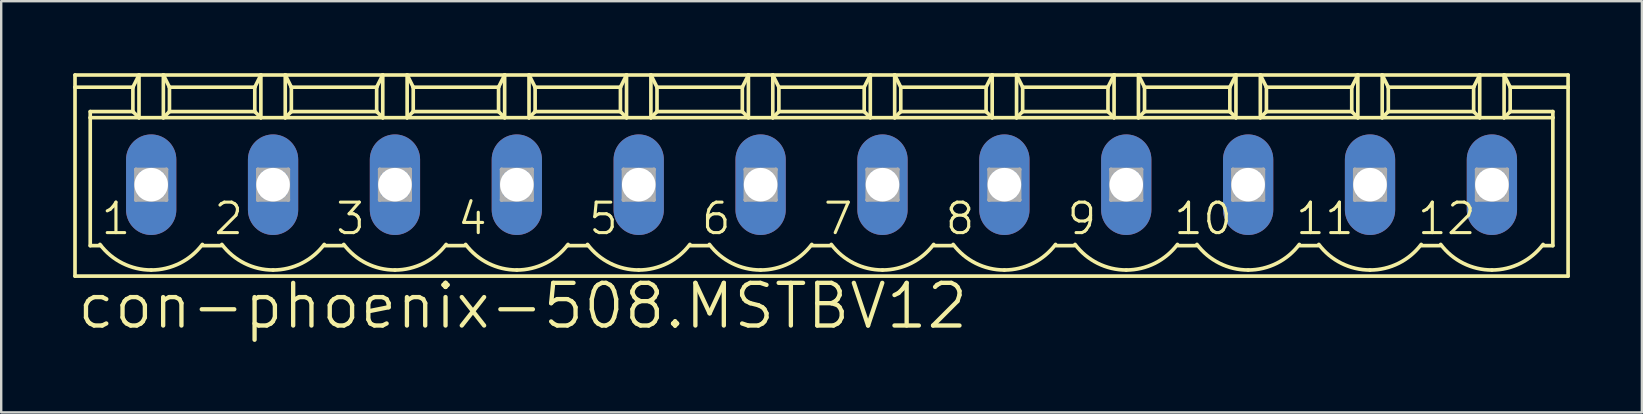
<source format=kicad_pcb>
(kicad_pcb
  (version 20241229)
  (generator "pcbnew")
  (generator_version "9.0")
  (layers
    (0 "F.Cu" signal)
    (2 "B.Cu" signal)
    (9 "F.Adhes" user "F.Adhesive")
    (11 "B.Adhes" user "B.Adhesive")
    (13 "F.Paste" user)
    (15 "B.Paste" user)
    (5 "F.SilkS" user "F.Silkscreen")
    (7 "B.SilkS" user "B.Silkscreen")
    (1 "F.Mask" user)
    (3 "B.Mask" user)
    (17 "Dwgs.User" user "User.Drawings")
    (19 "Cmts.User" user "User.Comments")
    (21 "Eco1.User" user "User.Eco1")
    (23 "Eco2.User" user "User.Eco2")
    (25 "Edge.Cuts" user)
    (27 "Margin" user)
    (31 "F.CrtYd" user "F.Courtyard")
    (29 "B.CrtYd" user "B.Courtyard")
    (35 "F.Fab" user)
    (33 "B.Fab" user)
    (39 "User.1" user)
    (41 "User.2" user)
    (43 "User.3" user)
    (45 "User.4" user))
  (footprint "con-phoenix-508.MSTBV12"
    (layer "F.Cu")
    (at 31.191 4.648)
    (property "Reference" "con-phoenix-508.MSTBV12" (at -31.115 6.096 0) (layer "F.SilkS") (effects (font (size 1.778 1.778) (thickness 0.18)) (justify left bottom)))
    (attr through_hole)
    (fp_line (start -31.115 -4.572) (end -31.115 -4.064) (stroke (width 0.152) (type default)) (layer "F.SilkS"))
    (fp_line (start -31.115 -4.572) (end -28.448 -4.572) (stroke (width 0.152) (type default)) (layer "F.SilkS"))
    (fp_line (start -31.115 -4.064) (end -31.115 3.81) (stroke (width 0.152) (type default)) (layer "F.SilkS"))
    (fp_line (start -31.115 -4.064) (end -28.702 -4.064) (stroke (width 0.152) (type default)) (layer "F.SilkS"))
    (fp_line (start -31.115 3.81) (end 31.115 3.81) (stroke (width 0.152) (type default)) (layer "F.SilkS"))
    (fp_line (start -30.48 -2.794) (end -30.48 -3.048) (stroke (width 0.152) (type default)) (layer "F.SilkS"))
    (fp_line (start -30.48 -2.794) (end -28.448 -2.794) (stroke (width 0.152) (type default)) (layer "F.SilkS"))
    (fp_line (start -30.48 2.54) (end -30.48 -2.794) (stroke (width 0.152) (type default)) (layer "F.SilkS"))
    (fp_line (start -30.48 2.54) (end -30.048 2.54) (stroke (width 0.152) (type default)) (layer "F.SilkS"))
    (fp_line (start -28.702 -4.064) (end -28.702 -3.048) (stroke (width 0.152) (type default)) (layer "F.SilkS"))
    (fp_line (start -28.702 -4.064) (end -28.448 -4.572) (stroke (width 0.152) (type default)) (layer "F.SilkS"))
    (fp_line (start -28.702 -3.048) (end -30.48 -3.048) (stroke (width 0.152) (type default)) (layer "F.SilkS"))
    (fp_line (start -28.702 -3.048) (end -28.448 -2.794) (stroke (width 0.152) (type default)) (layer "F.SilkS"))
    (fp_line (start -28.448 -4.572) (end -27.432 -4.572) (stroke (width 0.152) (type default)) (layer "F.SilkS"))
    (fp_line (start -28.448 -2.794) (end -28.448 -4.572) (stroke (width 0.152) (type default)) (layer "F.SilkS"))
    (fp_line (start -28.448 -2.794) (end -27.432 -2.794) (stroke (width 0.152) (type default)) (layer "F.SilkS"))
    (fp_line (start -27.432 -4.572) (end -27.178 -4.064) (stroke (width 0.152) (type default)) (layer "F.SilkS"))
    (fp_line (start -27.432 -4.572) (end -23.368 -4.572) (stroke (width 0.152) (type default)) (layer "F.SilkS"))
    (fp_line (start -27.432 -2.794) (end -27.432 -4.572) (stroke (width 0.152) (type default)) (layer "F.SilkS"))
    (fp_line (start -27.432 -2.794) (end -23.368 -2.794) (stroke (width 0.152) (type default)) (layer "F.SilkS"))
    (fp_line (start -27.178 -4.064) (end -27.178 -3.048) (stroke (width 0.152) (type default)) (layer "F.SilkS"))
    (fp_line (start -27.178 -4.064) (end -23.622 -4.064) (stroke (width 0.152) (type default)) (layer "F.SilkS"))
    (fp_line (start -27.178 -3.048) (end -27.432 -2.794) (stroke (width 0.152) (type default)) (layer "F.SilkS"))
    (fp_line (start -25.781 2.54) (end -25.019 2.54) (stroke (width 0.152) (type default)) (layer "F.SilkS"))
    (fp_line (start -23.622 -4.064) (end -23.622 -3.048) (stroke (width 0.152) (type default)) (layer "F.SilkS"))
    (fp_line (start -23.622 -4.064) (end -23.368 -4.572) (stroke (width 0.152) (type default)) (layer "F.SilkS"))
    (fp_line (start -23.622 -3.048) (end -27.178 -3.048) (stroke (width 0.152) (type default)) (layer "F.SilkS"))
    (fp_line (start -23.622 -3.048) (end -23.368 -2.794) (stroke (width 0.152) (type default)) (layer "F.SilkS"))
    (fp_line (start -23.368 -4.572) (end -22.352 -4.572) (stroke (width 0.152) (type default)) (layer "F.SilkS"))
    (fp_line (start -23.368 -2.794) (end -23.368 -4.572) (stroke (width 0.152) (type default)) (layer "F.SilkS"))
    (fp_line (start -23.368 -2.794) (end -22.352 -2.794) (stroke (width 0.152) (type default)) (layer "F.SilkS"))
    (fp_line (start -22.352 -4.572) (end -22.098 -4.064) (stroke (width 0.152) (type default)) (layer "F.SilkS"))
    (fp_line (start -22.352 -4.572) (end -18.288 -4.572) (stroke (width 0.152) (type default)) (layer "F.SilkS"))
    (fp_line (start -22.352 -2.794) (end -22.352 -4.572) (stroke (width 0.152) (type default)) (layer "F.SilkS"))
    (fp_line (start -22.352 -2.794) (end -18.288 -2.794) (stroke (width 0.152) (type default)) (layer "F.SilkS"))
    (fp_line (start -22.098 -4.064) (end -22.098 -3.048) (stroke (width 0.152) (type default)) (layer "F.SilkS"))
    (fp_line (start -22.098 -4.064) (end -18.542 -4.064) (stroke (width 0.152) (type default)) (layer "F.SilkS"))
    (fp_line (start -22.098 -3.048) (end -22.352 -2.794) (stroke (width 0.152) (type default)) (layer "F.SilkS"))
    (fp_line (start -20.701 2.54) (end -19.939 2.54) (stroke (width 0.152) (type default)) (layer "F.SilkS"))
    (fp_line (start -18.542 -4.064) (end -18.542 -3.048) (stroke (width 0.152) (type default)) (layer "F.SilkS"))
    (fp_line (start -18.542 -4.064) (end -18.288 -4.572) (stroke (width 0.152) (type default)) (layer "F.SilkS"))
    (fp_line (start -18.542 -3.048) (end -22.098 -3.048) (stroke (width 0.152) (type default)) (layer "F.SilkS"))
    (fp_line (start -18.542 -3.048) (end -18.288 -2.794) (stroke (width 0.152) (type default)) (layer "F.SilkS"))
    (fp_line (start -18.288 -4.572) (end -17.272 -4.572) (stroke (width 0.152) (type default)) (layer "F.SilkS"))
    (fp_line (start -18.288 -2.794) (end -18.288 -4.572) (stroke (width 0.152) (type default)) (layer "F.SilkS"))
    (fp_line (start -18.288 -2.794) (end -17.272 -2.794) (stroke (width 0.152) (type default)) (layer "F.SilkS"))
    (fp_line (start -17.272 -4.572) (end -17.018 -4.064) (stroke (width 0.152) (type default)) (layer "F.SilkS"))
    (fp_line (start -17.272 -4.572) (end -13.208 -4.572) (stroke (width 0.152) (type default)) (layer "F.SilkS"))
    (fp_line (start -17.272 -2.794) (end -17.272 -4.572) (stroke (width 0.152) (type default)) (layer "F.SilkS"))
    (fp_line (start -17.272 -2.794) (end -13.208 -2.794) (stroke (width 0.152) (type default)) (layer "F.SilkS"))
    (fp_line (start -17.018 -4.064) (end -17.018 -3.048) (stroke (width 0.152) (type default)) (layer "F.SilkS"))
    (fp_line (start -17.018 -4.064) (end -13.462 -4.064) (stroke (width 0.152) (type default)) (layer "F.SilkS"))
    (fp_line (start -17.018 -3.048) (end -17.272 -2.794) (stroke (width 0.152) (type default)) (layer "F.SilkS"))
    (fp_line (start -17.018 -3.048) (end -13.462 -3.048) (stroke (width 0.152) (type default)) (layer "F.SilkS"))
    (fp_line (start -15.621 2.54) (end -14.859 2.54) (stroke (width 0.152) (type default)) (layer "F.SilkS"))
    (fp_line (start -13.462 -4.064) (end -13.462 -3.048) (stroke (width 0.152) (type default)) (layer "F.SilkS"))
    (fp_line (start -13.462 -4.064) (end -13.208 -4.572) (stroke (width 0.152) (type default)) (layer "F.SilkS"))
    (fp_line (start -13.462 -3.048) (end -13.208 -2.794) (stroke (width 0.152) (type default)) (layer "F.SilkS"))
    (fp_line (start -13.208 -4.572) (end -12.192 -4.572) (stroke (width 0.152) (type default)) (layer "F.SilkS"))
    (fp_line (start -13.208 -2.794) (end -13.208 -4.572) (stroke (width 0.152) (type default)) (layer "F.SilkS"))
    (fp_line (start -13.208 -2.794) (end -12.192 -2.794) (stroke (width 0.152) (type default)) (layer "F.SilkS"))
    (fp_line (start -12.192 -4.572) (end -11.938 -4.064) (stroke (width 0.152) (type default)) (layer "F.SilkS"))
    (fp_line (start -12.192 -4.572) (end -8.128 -4.572) (stroke (width 0.152) (type default)) (layer "F.SilkS"))
    (fp_line (start -12.192 -2.794) (end -12.192 -4.572) (stroke (width 0.152) (type default)) (layer "F.SilkS"))
    (fp_line (start -12.192 -2.794) (end -8.128 -2.794) (stroke (width 0.152) (type default)) (layer "F.SilkS"))
    (fp_line (start -11.938 -4.064) (end -11.938 -3.048) (stroke (width 0.152) (type default)) (layer "F.SilkS"))
    (fp_line (start -11.938 -4.064) (end -8.382 -4.064) (stroke (width 0.152) (type default)) (layer "F.SilkS"))
    (fp_line (start -11.938 -3.048) (end -12.192 -2.794) (stroke (width 0.152) (type default)) (layer "F.SilkS"))
    (fp_line (start -10.592 2.54) (end -9.728 2.54) (stroke (width 0.152) (type default)) (layer "F.SilkS"))
    (fp_line (start -8.382 -4.064) (end -8.382 -3.048) (stroke (width 0.152) (type default)) (layer "F.SilkS"))
    (fp_line (start -8.382 -4.064) (end -8.128 -4.572) (stroke (width 0.152) (type default)) (layer "F.SilkS"))
    (fp_line (start -8.382 -3.048) (end -11.938 -3.048) (stroke (width 0.152) (type default)) (layer "F.SilkS"))
    (fp_line (start -8.382 -3.048) (end -8.128 -2.794) (stroke (width 0.152) (type default)) (layer "F.SilkS"))
    (fp_line (start -8.128 -4.572) (end -7.112 -4.572) (stroke (width 0.152) (type default)) (layer "F.SilkS"))
    (fp_line (start -8.128 -2.794) (end -8.128 -4.572) (stroke (width 0.152) (type default)) (layer "F.SilkS"))
    (fp_line (start -8.128 -2.794) (end -7.112 -2.794) (stroke (width 0.152) (type default)) (layer "F.SilkS"))
    (fp_line (start -7.112 -4.572) (end -6.858 -4.064) (stroke (width 0.152) (type default)) (layer "F.SilkS"))
    (fp_line (start -7.112 -4.572) (end -3.048 -4.572) (stroke (width 0.152) (type default)) (layer "F.SilkS"))
    (fp_line (start -7.112 -2.794) (end -7.112 -4.572) (stroke (width 0.152) (type default)) (layer "F.SilkS"))
    (fp_line (start -7.112 -2.794) (end -3.048 -2.794) (stroke (width 0.152) (type default)) (layer "F.SilkS"))
    (fp_line (start -6.858 -4.064) (end -6.858 -3.048) (stroke (width 0.152) (type default)) (layer "F.SilkS"))
    (fp_line (start -6.858 -4.064) (end -3.302 -4.064) (stroke (width 0.152) (type default)) (layer "F.SilkS"))
    (fp_line (start -6.858 -3.048) (end -7.112 -2.794) (stroke (width 0.152) (type default)) (layer "F.SilkS"))
    (fp_line (start -5.461 2.54) (end -4.699 2.54) (stroke (width 0.152) (type default)) (layer "F.SilkS"))
    (fp_line (start -3.302 -4.064) (end -3.302 -3.048) (stroke (width 0.152) (type default)) (layer "F.SilkS"))
    (fp_line (start -3.302 -4.064) (end -3.048 -4.572) (stroke (width 0.152) (type default)) (layer "F.SilkS"))
    (fp_line (start -3.302 -3.048) (end -6.858 -3.048) (stroke (width 0.152) (type default)) (layer "F.SilkS"))
    (fp_line (start -3.302 -3.048) (end -3.048 -2.794) (stroke (width 0.152) (type default)) (layer "F.SilkS"))
    (fp_line (start -3.048 -4.572) (end -2.032 -4.572) (stroke (width 0.152) (type default)) (layer "F.SilkS"))
    (fp_line (start -3.048 -2.794) (end -3.048 -4.572) (stroke (width 0.152) (type default)) (layer "F.SilkS"))
    (fp_line (start -3.048 -2.794) (end -2.032 -2.794) (stroke (width 0.152) (type default)) (layer "F.SilkS"))
    (fp_line (start -2.032 -4.572) (end -1.778 -4.064) (stroke (width 0.152) (type default)) (layer "F.SilkS"))
    (fp_line (start -2.032 -4.572) (end 2.032 -4.572) (stroke (width 0.152) (type default)) (layer "F.SilkS"))
    (fp_line (start -2.032 -2.794) (end -2.032 -4.572) (stroke (width 0.152) (type default)) (layer "F.SilkS"))
    (fp_line (start -2.032 -2.794) (end 2.032 -2.794) (stroke (width 0.152) (type default)) (layer "F.SilkS"))
    (fp_line (start -1.778 -4.064) (end -1.778 -3.048) (stroke (width 0.152) (type default)) (layer "F.SilkS"))
    (fp_line (start -1.778 -4.064) (end 1.778 -4.064) (stroke (width 0.152) (type default)) (layer "F.SilkS"))
    (fp_line (start -1.778 -3.048) (end -2.032 -2.794) (stroke (width 0.152) (type default)) (layer "F.SilkS"))
    (fp_line (start -0.381 2.54) (end 0.381 2.54) (stroke (width 0.152) (type default)) (layer "F.SilkS"))
    (fp_line (start 1.778 -4.064) (end 1.778 -3.048) (stroke (width 0.152) (type default)) (layer "F.SilkS"))
    (fp_line (start 1.778 -4.064) (end 2.032 -4.572) (stroke (width 0.152) (type default)) (layer "F.SilkS"))
    (fp_line (start 1.778 -3.048) (end -1.778 -3.048) (stroke (width 0.152) (type default)) (layer "F.SilkS"))
    (fp_line (start 1.778 -3.048) (end 2.032 -2.794) (stroke (width 0.152) (type default)) (layer "F.SilkS"))
    (fp_line (start 2.032 -4.572) (end 3.048 -4.572) (stroke (width 0.152) (type default)) (layer "F.SilkS"))
    (fp_line (start 2.032 -2.794) (end 2.032 -4.572) (stroke (width 0.152) (type default)) (layer "F.SilkS"))
    (fp_line (start 2.032 -2.794) (end 3.048 -2.794) (stroke (width 0.152) (type default)) (layer "F.SilkS"))
    (fp_line (start 3.048 -4.572) (end 3.302 -4.064) (stroke (width 0.152) (type default)) (layer "F.SilkS"))
    (fp_line (start 3.048 -4.572) (end 7.112 -4.572) (stroke (width 0.152) (type default)) (layer "F.SilkS"))
    (fp_line (start 3.048 -2.794) (end 3.048 -4.572) (stroke (width 0.152) (type default)) (layer "F.SilkS"))
    (fp_line (start 3.048 -2.794) (end 7.112 -2.794) (stroke (width 0.152) (type default)) (layer "F.SilkS"))
    (fp_line (start 3.302 -4.064) (end 3.302 -3.048) (stroke (width 0.152) (type default)) (layer "F.SilkS"))
    (fp_line (start 3.302 -4.064) (end 6.858 -4.064) (stroke (width 0.152) (type default)) (layer "F.SilkS"))
    (fp_line (start 3.302 -3.048) (end 3.048 -2.794) (stroke (width 0.152) (type default)) (layer "F.SilkS"))
    (fp_line (start 3.302 -3.048) (end 6.858 -3.048) (stroke (width 0.152) (type default)) (layer "F.SilkS"))
    (fp_line (start 4.699 2.54) (end 5.461 2.54) (stroke (width 0.152) (type default)) (layer "F.SilkS"))
    (fp_line (start 6.858 -4.064) (end 6.858 -3.048) (stroke (width 0.152) (type default)) (layer "F.SilkS"))
    (fp_line (start 6.858 -4.064) (end 7.112 -4.572) (stroke (width 0.152) (type default)) (layer "F.SilkS"))
    (fp_line (start 6.858 -3.048) (end 7.112 -2.794) (stroke (width 0.152) (type default)) (layer "F.SilkS"))
    (fp_line (start 7.112 -4.572) (end 8.128 -4.572) (stroke (width 0.152) (type default)) (layer "F.SilkS"))
    (fp_line (start 7.112 -2.794) (end 7.112 -4.572) (stroke (width 0.152) (type default)) (layer "F.SilkS"))
    (fp_line (start 7.112 -2.794) (end 8.128 -2.794) (stroke (width 0.152) (type default)) (layer "F.SilkS"))
    (fp_line (start 8.128 -4.572) (end 8.382 -4.064) (stroke (width 0.152) (type default)) (layer "F.SilkS"))
    (fp_line (start 8.128 -4.572) (end 12.192 -4.572) (stroke (width 0.152) (type default)) (layer "F.SilkS"))
    (fp_line (start 8.128 -2.794) (end 8.128 -4.572) (stroke (width 0.152) (type default)) (layer "F.SilkS"))
    (fp_line (start 8.128 -2.794) (end 12.192 -2.794) (stroke (width 0.152) (type default)) (layer "F.SilkS"))
    (fp_line (start 8.382 -4.064) (end 8.382 -3.048) (stroke (width 0.152) (type default)) (layer "F.SilkS"))
    (fp_line (start 8.382 -4.064) (end 11.938 -4.064) (stroke (width 0.152) (type default)) (layer "F.SilkS"))
    (fp_line (start 8.382 -3.048) (end 8.128 -2.794) (stroke (width 0.152) (type default)) (layer "F.SilkS"))
    (fp_line (start 8.382 -3.048) (end 11.938 -3.048) (stroke (width 0.152) (type default)) (layer "F.SilkS"))
    (fp_line (start 9.779 2.54) (end 10.541 2.54) (stroke (width 0.152) (type default)) (layer "F.SilkS"))
    (fp_line (start 11.938 -4.064) (end 11.938 -3.048) (stroke (width 0.152) (type default)) (layer "F.SilkS"))
    (fp_line (start 11.938 -4.064) (end 12.192 -4.572) (stroke (width 0.152) (type default)) (layer "F.SilkS"))
    (fp_line (start 11.938 -3.048) (end 12.192 -2.794) (stroke (width 0.152) (type default)) (layer "F.SilkS"))
    (fp_line (start 12.192 -4.572) (end 13.208 -4.572) (stroke (width 0.152) (type default)) (layer "F.SilkS"))
    (fp_line (start 12.192 -2.794) (end 12.192 -4.572) (stroke (width 0.152) (type default)) (layer "F.SilkS"))
    (fp_line (start 12.192 -2.794) (end 13.208 -2.794) (stroke (width 0.152) (type default)) (layer "F.SilkS"))
    (fp_line (start 13.208 -4.572) (end 13.462 -4.064) (stroke (width 0.152) (type default)) (layer "F.SilkS"))
    (fp_line (start 13.208 -4.572) (end 17.272 -4.572) (stroke (width 0.152) (type default)) (layer "F.SilkS"))
    (fp_line (start 13.208 -2.794) (end 13.208 -4.572) (stroke (width 0.152) (type default)) (layer "F.SilkS"))
    (fp_line (start 13.208 -2.794) (end 17.272 -2.794) (stroke (width 0.152) (type default)) (layer "F.SilkS"))
    (fp_line (start 13.462 -4.064) (end 13.462 -3.048) (stroke (width 0.152) (type default)) (layer "F.SilkS"))
    (fp_line (start 13.462 -4.064) (end 17.018 -4.064) (stroke (width 0.152) (type default)) (layer "F.SilkS"))
    (fp_line (start 13.462 -3.048) (end 13.208 -2.794) (stroke (width 0.152) (type default)) (layer "F.SilkS"))
    (fp_line (start 13.462 -3.048) (end 17.018 -3.048) (stroke (width 0.152) (type default)) (layer "F.SilkS"))
    (fp_line (start 14.859 2.54) (end 15.621 2.54) (stroke (width 0.152) (type default)) (layer "F.SilkS"))
    (fp_line (start 17.018 -4.064) (end 17.018 -3.048) (stroke (width 0.152) (type default)) (layer "F.SilkS"))
    (fp_line (start 17.018 -4.064) (end 17.272 -4.572) (stroke (width 0.152) (type default)) (layer "F.SilkS"))
    (fp_line (start 17.018 -3.048) (end 17.272 -2.794) (stroke (width 0.152) (type default)) (layer "F.SilkS"))
    (fp_line (start 17.272 -4.572) (end 18.288 -4.572) (stroke (width 0.152) (type default)) (layer "F.SilkS"))
    (fp_line (start 17.272 -2.794) (end 17.272 -4.572) (stroke (width 0.152) (type default)) (layer "F.SilkS"))
    (fp_line (start 17.272 -2.794) (end 18.288 -2.794) (stroke (width 0.152) (type default)) (layer "F.SilkS"))
    (fp_line (start 18.288 -4.572) (end 18.542 -4.064) (stroke (width 0.152) (type default)) (layer "F.SilkS"))
    (fp_line (start 18.288 -4.572) (end 22.352 -4.572) (stroke (width 0.152) (type default)) (layer "F.SilkS"))
    (fp_line (start 18.288 -2.794) (end 18.288 -4.572) (stroke (width 0.152) (type default)) (layer "F.SilkS"))
    (fp_line (start 18.288 -2.794) (end 22.352 -2.794) (stroke (width 0.152) (type default)) (layer "F.SilkS"))
    (fp_line (start 18.542 -4.064) (end 18.542 -3.048) (stroke (width 0.152) (type default)) (layer "F.SilkS"))
    (fp_line (start 18.542 -4.064) (end 22.098 -4.064) (stroke (width 0.152) (type default)) (layer "F.SilkS"))
    (fp_line (start 18.542 -3.048) (end 18.288 -2.794) (stroke (width 0.152) (type default)) (layer "F.SilkS"))
    (fp_line (start 18.542 -3.048) (end 22.098 -3.048) (stroke (width 0.152) (type default)) (layer "F.SilkS"))
    (fp_line (start 19.939 2.54) (end 20.701 2.54) (stroke (width 0.152) (type default)) (layer "F.SilkS"))
    (fp_line (start 22.098 -4.064) (end 22.098 -3.048) (stroke (width 0.152) (type default)) (layer "F.SilkS"))
    (fp_line (start 22.098 -4.064) (end 22.352 -4.572) (stroke (width 0.152) (type default)) (layer "F.SilkS"))
    (fp_line (start 22.098 -3.048) (end 22.352 -2.794) (stroke (width 0.152) (type default)) (layer "F.SilkS"))
    (fp_line (start 22.352 -4.572) (end 23.368 -4.572) (stroke (width 0.152) (type default)) (layer "F.SilkS"))
    (fp_line (start 22.352 -2.794) (end 22.352 -4.572) (stroke (width 0.152) (type default)) (layer "F.SilkS"))
    (fp_line (start 22.352 -2.794) (end 23.368 -2.794) (stroke (width 0.152) (type default)) (layer "F.SilkS"))
    (fp_line (start 23.368 -4.572) (end 23.622 -4.064) (stroke (width 0.152) (type default)) (layer "F.SilkS"))
    (fp_line (start 23.368 -4.572) (end 27.432 -4.572) (stroke (width 0.152) (type default)) (layer "F.SilkS"))
    (fp_line (start 23.368 -2.794) (end 23.368 -4.572) (stroke (width 0.152) (type default)) (layer "F.SilkS"))
    (fp_line (start 23.368 -2.794) (end 27.432 -2.794) (stroke (width 0.152) (type default)) (layer "F.SilkS"))
    (fp_line (start 23.622 -4.064) (end 23.622 -3.048) (stroke (width 0.152) (type default)) (layer "F.SilkS"))
    (fp_line (start 23.622 -4.064) (end 27.178 -4.064) (stroke (width 0.152) (type default)) (layer "F.SilkS"))
    (fp_line (start 23.622 -3.048) (end 23.368 -2.794) (stroke (width 0.152) (type default)) (layer "F.SilkS"))
    (fp_line (start 23.622 -3.048) (end 27.178 -3.048) (stroke (width 0.152) (type default)) (layer "F.SilkS"))
    (fp_line (start 25.019 2.54) (end 25.781 2.54) (stroke (width 0.152) (type default)) (layer "F.SilkS"))
    (fp_line (start 27.178 -4.064) (end 27.178 -3.048) (stroke (width 0.152) (type default)) (layer "F.SilkS"))
    (fp_line (start 27.178 -4.064) (end 27.432 -4.572) (stroke (width 0.152) (type default)) (layer "F.SilkS"))
    (fp_line (start 27.178 -3.048) (end 27.432 -2.794) (stroke (width 0.152) (type default)) (layer "F.SilkS"))
    (fp_line (start 27.432 -4.572) (end 28.448 -4.572) (stroke (width 0.152) (type default)) (layer "F.SilkS"))
    (fp_line (start 27.432 -2.794) (end 27.432 -4.572) (stroke (width 0.152) (type default)) (layer "F.SilkS"))
    (fp_line (start 27.432 -2.794) (end 28.448 -2.794) (stroke (width 0.152) (type default)) (layer "F.SilkS"))
    (fp_line (start 28.448 -4.572) (end 28.702 -4.064) (stroke (width 0.152) (type default)) (layer "F.SilkS"))
    (fp_line (start 28.448 -4.572) (end 31.115 -4.572) (stroke (width 0.152) (type default)) (layer "F.SilkS"))
    (fp_line (start 28.448 -2.794) (end 28.448 -4.572) (stroke (width 0.152) (type default)) (layer "F.SilkS"))
    (fp_line (start 28.448 -2.794) (end 30.48 -2.794) (stroke (width 0.152) (type default)) (layer "F.SilkS"))
    (fp_line (start 28.702 -4.064) (end 28.702 -3.048) (stroke (width 0.152) (type default)) (layer "F.SilkS"))
    (fp_line (start 28.702 -4.064) (end 31.115 -4.064) (stroke (width 0.152) (type default)) (layer "F.SilkS"))
    (fp_line (start 28.702 -3.048) (end 28.448 -2.794) (stroke (width 0.152) (type default)) (layer "F.SilkS"))
    (fp_line (start 28.702 -3.048) (end 30.48 -3.048) (stroke (width 0.152) (type default)) (layer "F.SilkS"))
    (fp_line (start 30.048 2.54) (end 30.48 2.54) (stroke (width 0.152) (type default)) (layer "F.SilkS"))
    (fp_line (start 30.48 -3.048) (end 30.48 -2.794) (stroke (width 0.152) (type default)) (layer "F.SilkS"))
    (fp_line (start 30.48 -2.794) (end 30.48 2.54) (stroke (width 0.152) (type default)) (layer "F.SilkS"))
    (fp_line (start 31.115 -4.064) (end 31.115 -4.572) (stroke (width 0.152) (type default)) (layer "F.SilkS"))
    (fp_line (start 31.115 3.81) (end 31.115 -4.064) (stroke (width 0.152) (type default)) (layer "F.SilkS"))
    (fp_arc (start -27.94 3.556) (mid -29.132719 3.274437) (end -30.0736 2.4892) (stroke (width 0.1524) (type default)) (layer "F.SilkS"))
    (fp_arc (start -25.8064 2.4892) (mid -26.747281 3.274437) (end -27.94 3.556) (stroke (width 0.1524) (type default)) (layer "F.SilkS"))
    (fp_arc (start -22.86 3.556) (mid -24.052719 3.274437) (end -24.9936 2.4892) (stroke (width 0.1524) (type default)) (layer "F.SilkS"))
    (fp_arc (start -20.7264 2.4892) (mid -21.667281 3.274437) (end -22.86 3.556) (stroke (width 0.1524) (type default)) (layer "F.SilkS"))
    (fp_arc (start -17.78 3.556) (mid -18.972719 3.274437) (end -19.9136 2.4892) (stroke (width 0.1524) (type default)) (layer "F.SilkS"))
    (fp_arc (start -15.6464 2.4892) (mid -16.587281 3.274437) (end -17.78 3.556) (stroke (width 0.1524) (type default)) (layer "F.SilkS"))
    (fp_arc (start -12.7 3.556) (mid -13.892719 3.274437) (end -14.8336 2.4892) (stroke (width 0.1524) (type default)) (layer "F.SilkS"))
    (fp_arc (start -10.5664 2.4892) (mid -11.507281 3.274437) (end -12.7 3.556) (stroke (width 0.1524) (type default)) (layer "F.SilkS"))
    (fp_arc (start -7.62 3.556) (mid -8.812719 3.274437) (end -9.7536 2.4892) (stroke (width 0.1524) (type default)) (layer "F.SilkS"))
    (fp_arc (start -5.4864 2.4892) (mid -6.427281 3.274437) (end -7.62 3.556) (stroke (width 0.1524) (type default)) (layer "F.SilkS"))
    (fp_arc (start -2.54 3.556) (mid -3.732719 3.274437) (end -4.6736 2.4892) (stroke (width 0.1524) (type default)) (layer "F.SilkS"))
    (fp_arc (start -0.4064 2.4892) (mid -1.347281 3.274437) (end -2.54 3.556) (stroke (width 0.1524) (type default)) (layer "F.SilkS"))
    (fp_arc (start 2.54 3.556) (mid 1.347281 3.274437) (end 0.4064 2.4892) (stroke (width 0.1524) (type default)) (layer "F.SilkS"))
    (fp_arc (start 4.6736 2.4892) (mid 3.732719 3.274437) (end 2.54 3.556) (stroke (width 0.1524) (type default)) (layer "F.SilkS"))
    (fp_arc (start 7.62 3.556) (mid 6.427281 3.274437) (end 5.4864 2.4892) (stroke (width 0.1524) (type default)) (layer "F.SilkS"))
    (fp_arc (start 9.7536 2.4892) (mid 8.812719 3.274437) (end 7.62 3.556) (stroke (width 0.1524) (type default)) (layer "F.SilkS"))
    (fp_arc (start 12.7 3.556) (mid 11.507281 3.274437) (end 10.5664 2.4892) (stroke (width 0.1524) (type default)) (layer "F.SilkS"))
    (fp_arc (start 14.8336 2.4892) (mid 13.892719 3.274437) (end 12.7 3.556) (stroke (width 0.1524) (type default)) (layer "F.SilkS"))
    (fp_arc (start 17.78 3.556) (mid 16.587281 3.274437) (end 15.6464 2.4892) (stroke (width 0.1524) (type default)) (layer "F.SilkS"))
    (fp_arc (start 19.9136 2.4892) (mid 18.972719 3.274437) (end 17.78 3.556) (stroke (width 0.1524) (type default)) (layer "F.SilkS"))
    (fp_arc (start 22.86 3.556) (mid 21.667281 3.274437) (end 20.7264 2.4892) (stroke (width 0.1524) (type default)) (layer "F.SilkS"))
    (fp_arc (start 24.9936 2.4892) (mid 24.052719 3.274437) (end 22.86 3.556) (stroke (width 0.1524) (type default)) (layer "F.SilkS"))
    (fp_arc (start 27.94 3.556) (mid 26.747281 3.274437) (end 25.8064 2.4892) (stroke (width 0.1524) (type default)) (layer "F.SilkS"))
    (fp_arc (start 30.0736 2.4892) (mid 29.132719 3.274437) (end 27.94 3.556) (stroke (width 0.1524) (type default)) (layer "F.SilkS"))
    (fp_line (start -28.575 -0.635) (end -28.575 0.635) (stroke (width 0.152) (type default)) (layer "F.Fab"))
    (fp_line (start -28.575 -0.635) (end -27.305 0.635) (stroke (width 0.152) (type default)) (layer "F.Fab"))
    (fp_line (start -28.575 0.635) (end -27.305 -0.635) (stroke (width 0.152) (type default)) (layer "F.Fab"))
    (fp_line (start -28.575 0.635) (end -27.305 0.635) (stroke (width 0.152) (type default)) (layer "F.Fab"))
    (fp_line (start -27.305 -0.635) (end -28.575 -0.635) (stroke (width 0.152) (type default)) (layer "F.Fab"))
    (fp_line (start -27.305 0.635) (end -27.305 -0.635) (stroke (width 0.152) (type default)) (layer "F.Fab"))
    (fp_line (start -23.495 -0.635) (end -23.495 0.635) (stroke (width 0.152) (type default)) (layer "F.Fab"))
    (fp_line (start -23.495 -0.635) (end -22.225 0.635) (stroke (width 0.152) (type default)) (layer "F.Fab"))
    (fp_line (start -23.495 0.635) (end -22.225 -0.635) (stroke (width 0.152) (type default)) (layer "F.Fab"))
    (fp_line (start -23.495 0.635) (end -22.225 0.635) (stroke (width 0.152) (type default)) (layer "F.Fab"))
    (fp_line (start -22.225 -0.635) (end -23.495 -0.635) (stroke (width 0.152) (type default)) (layer "F.Fab"))
    (fp_line (start -22.225 0.635) (end -22.225 -0.635) (stroke (width 0.152) (type default)) (layer "F.Fab"))
    (fp_line (start -18.415 -0.635) (end -18.415 0.635) (stroke (width 0.152) (type default)) (layer "F.Fab"))
    (fp_line (start -18.415 -0.635) (end -17.145 0.635) (stroke (width 0.152) (type default)) (layer "F.Fab"))
    (fp_line (start -18.415 0.635) (end -17.145 -0.635) (stroke (width 0.152) (type default)) (layer "F.Fab"))
    (fp_line (start -18.415 0.635) (end -17.145 0.635) (stroke (width 0.152) (type default)) (layer "F.Fab"))
    (fp_line (start -17.145 -0.635) (end -18.415 -0.635) (stroke (width 0.152) (type default)) (layer "F.Fab"))
    (fp_line (start -17.145 0.635) (end -17.145 -0.635) (stroke (width 0.152) (type default)) (layer "F.Fab"))
    (fp_line (start -13.335 -0.635) (end -13.335 0.635) (stroke (width 0.152) (type default)) (layer "F.Fab"))
    (fp_line (start -13.335 -0.635) (end -12.065 0.635) (stroke (width 0.152) (type default)) (layer "F.Fab"))
    (fp_line (start -13.335 0.635) (end -12.065 -0.635) (stroke (width 0.152) (type default)) (layer "F.Fab"))
    (fp_line (start -13.335 0.635) (end -12.065 0.635) (stroke (width 0.152) (type default)) (layer "F.Fab"))
    (fp_line (start -12.065 -0.635) (end -13.335 -0.635) (stroke (width 0.152) (type default)) (layer "F.Fab"))
    (fp_line (start -12.065 0.635) (end -12.065 -0.635) (stroke (width 0.152) (type default)) (layer "F.Fab"))
    (fp_line (start -8.255 -0.635) (end -8.255 0.635) (stroke (width 0.152) (type default)) (layer "F.Fab"))
    (fp_line (start -8.255 -0.635) (end -6.985 0.635) (stroke (width 0.152) (type default)) (layer "F.Fab"))
    (fp_line (start -8.255 0.635) (end -6.985 -0.635) (stroke (width 0.152) (type default)) (layer "F.Fab"))
    (fp_line (start -8.255 0.635) (end -6.985 0.635) (stroke (width 0.152) (type default)) (layer "F.Fab"))
    (fp_line (start -6.985 -0.635) (end -8.255 -0.635) (stroke (width 0.152) (type default)) (layer "F.Fab"))
    (fp_line (start -6.985 0.635) (end -6.985 -0.635) (stroke (width 0.152) (type default)) (layer "F.Fab"))
    (fp_line (start -3.175 -0.635) (end -3.175 0.635) (stroke (width 0.152) (type default)) (layer "F.Fab"))
    (fp_line (start -3.175 -0.635) (end -1.905 0.635) (stroke (width 0.152) (type default)) (layer "F.Fab"))
    (fp_line (start -3.175 0.635) (end -1.905 -0.635) (stroke (width 0.152) (type default)) (layer "F.Fab"))
    (fp_line (start -3.175 0.635) (end -1.905 0.635) (stroke (width 0.152) (type default)) (layer "F.Fab"))
    (fp_line (start -1.905 -0.635) (end -3.175 -0.635) (stroke (width 0.152) (type default)) (layer "F.Fab"))
    (fp_line (start -1.905 0.635) (end -1.905 -0.635) (stroke (width 0.152) (type default)) (layer "F.Fab"))
    (fp_line (start 1.905 -0.635) (end 1.905 0.635) (stroke (width 0.152) (type default)) (layer "F.Fab"))
    (fp_line (start 1.905 -0.635) (end 3.175 0.635) (stroke (width 0.152) (type default)) (layer "F.Fab"))
    (fp_line (start 1.905 0.635) (end 3.175 -0.635) (stroke (width 0.152) (type default)) (layer "F.Fab"))
    (fp_line (start 1.905 0.635) (end 3.175 0.635) (stroke (width 0.152) (type default)) (layer "F.Fab"))
    (fp_line (start 3.175 -0.635) (end 1.905 -0.635) (stroke (width 0.152) (type default)) (layer "F.Fab"))
    (fp_line (start 3.175 0.635) (end 3.175 -0.635) (stroke (width 0.152) (type default)) (layer "F.Fab"))
    (fp_line (start 6.985 -0.635) (end 6.985 0.635) (stroke (width 0.152) (type default)) (layer "F.Fab"))
    (fp_line (start 6.985 -0.635) (end 8.255 0.635) (stroke (width 0.152) (type default)) (layer "F.Fab"))
    (fp_line (start 6.985 0.635) (end 8.255 -0.635) (stroke (width 0.152) (type default)) (layer "F.Fab"))
    (fp_line (start 6.985 0.635) (end 8.255 0.635) (stroke (width 0.152) (type default)) (layer "F.Fab"))
    (fp_line (start 8.255 -0.635) (end 6.985 -0.635) (stroke (width 0.152) (type default)) (layer "F.Fab"))
    (fp_line (start 8.255 0.635) (end 8.255 -0.635) (stroke (width 0.152) (type default)) (layer "F.Fab"))
    (fp_line (start 12.065 -0.635) (end 12.065 0.635) (stroke (width 0.152) (type default)) (layer "F.Fab"))
    (fp_line (start 12.065 -0.635) (end 13.335 0.635) (stroke (width 0.152) (type default)) (layer "F.Fab"))
    (fp_line (start 12.065 0.635) (end 13.335 -0.635) (stroke (width 0.152) (type default)) (layer "F.Fab"))
    (fp_line (start 12.065 0.635) (end 13.335 0.635) (stroke (width 0.152) (type default)) (layer "F.Fab"))
    (fp_line (start 13.335 -0.635) (end 12.065 -0.635) (stroke (width 0.152) (type default)) (layer "F.Fab"))
    (fp_line (start 13.335 0.635) (end 13.335 -0.635) (stroke (width 0.152) (type default)) (layer "F.Fab"))
    (fp_line (start 17.145 -0.635) (end 17.145 0.635) (stroke (width 0.152) (type default)) (layer "F.Fab"))
    (fp_line (start 17.145 -0.635) (end 18.415 0.635) (stroke (width 0.152) (type default)) (layer "F.Fab"))
    (fp_line (start 17.145 0.635) (end 18.415 -0.635) (stroke (width 0.152) (type default)) (layer "F.Fab"))
    (fp_line (start 17.145 0.635) (end 18.415 0.635) (stroke (width 0.152) (type default)) (layer "F.Fab"))
    (fp_line (start 18.415 -0.635) (end 17.145 -0.635) (stroke (width 0.152) (type default)) (layer "F.Fab"))
    (fp_line (start 18.415 0.635) (end 18.415 -0.635) (stroke (width 0.152) (type default)) (layer "F.Fab"))
    (fp_line (start 22.225 -0.635) (end 22.225 0.635) (stroke (width 0.152) (type default)) (layer "F.Fab"))
    (fp_line (start 22.225 -0.635) (end 23.495 0.635) (stroke (width 0.152) (type default)) (layer "F.Fab"))
    (fp_line (start 22.225 0.635) (end 23.495 -0.635) (stroke (width 0.152) (type default)) (layer "F.Fab"))
    (fp_line (start 22.225 0.635) (end 23.495 0.635) (stroke (width 0.152) (type default)) (layer "F.Fab"))
    (fp_line (start 23.495 -0.635) (end 22.225 -0.635) (stroke (width 0.152) (type default)) (layer "F.Fab"))
    (fp_line (start 23.495 0.635) (end 23.495 -0.635) (stroke (width 0.152) (type default)) (layer "F.Fab"))
    (fp_line (start 27.305 -0.635) (end 27.305 0.635) (stroke (width 0.152) (type default)) (layer "F.Fab"))
    (fp_line (start 27.305 -0.635) (end 28.575 0.635) (stroke (width 0.152) (type default)) (layer "F.Fab"))
    (fp_line (start 27.305 0.635) (end 28.575 -0.635) (stroke (width 0.152) (type default)) (layer "F.Fab"))
    (fp_line (start 27.305 0.635) (end 28.575 0.635) (stroke (width 0.152) (type default)) (layer "F.Fab"))
    (fp_line (start 28.575 -0.635) (end 27.305 -0.635) (stroke (width 0.152) (type default)) (layer "F.Fab"))
    (fp_line (start 28.575 0.635) (end 28.575 -0.635) (stroke (width 0.152) (type default)) (layer "F.Fab"))
    (fp_text user "12" (at 24.765 2.159 0) (layer "F.SilkS") (effects (font (size 1.27 1.27) (thickness 0.13)) (justify left bottom)))
    (fp_text user "6" (at -5.08 2.159 0) (layer "F.SilkS") (effects (font (size 1.27 1.27) (thickness 0.13)) (justify left bottom)))
    (fp_text user "9" (at 10.16 2.159 0) (layer "F.SilkS") (effects (font (size 1.27 1.27) (thickness 0.13)) (justify left bottom)))
    (fp_text user "4" (at -15.24 2.159 0) (layer "F.SilkS") (effects (font (size 1.27 1.27) (thickness 0.13)) (justify left bottom)))
    (fp_text user "5" (at -9.779 2.159 0) (layer "F.SilkS") (effects (font (size 1.27 1.27) (thickness 0.13)) (justify left bottom)))
    (fp_text user "8" (at 5.08 2.159 0) (layer "F.SilkS") (effects (font (size 1.27 1.27) (thickness 0.13)) (justify left bottom)))
    (fp_text user "2" (at -25.4 2.159 0) (layer "F.SilkS") (effects (font (size 1.27 1.27) (thickness 0.13)) (justify left bottom)))
    (fp_text user "7" (at 0 2.159 0) (layer "F.SilkS") (effects (font (size 1.27 1.27) (thickness 0.13)) (justify left bottom)))
    (fp_text user "3" (at -20.32 2.159 0) (layer "F.SilkS") (effects (font (size 1.27 1.27) (thickness 0.13)) (justify left bottom)))
    (fp_text user "10" (at 14.605 2.159 0) (layer "F.SilkS") (effects (font (size 1.27 1.27) (thickness 0.13)) (justify left bottom)))
    (fp_text user "1" (at -30.099 2.159 0) (layer "F.SilkS") (effects (font (size 1.27 1.27) (thickness 0.13)) (justify left bottom)))
    (fp_text user "11" (at 19.685 2.159 0) (layer "F.SilkS") (effects (font (size 1.27 1.27) (thickness 0.13)) (justify left bottom)))
    (pad "1" thru_hole oval (at -27.94 0 90) (size 4.191 2.095) (drill 1.397) (layers "*.Cu" "*.Mask"))
    (pad "2" thru_hole oval (at -22.86 0 90) (size 4.191 2.095) (drill 1.397) (layers "*.Cu" "*.Mask"))
    (pad "3" thru_hole oval (at -17.78 0 90) (size 4.191 2.095) (drill 1.397) (layers "*.Cu" "*.Mask"))
    (pad "4" thru_hole oval (at -12.7 0 90) (size 4.191 2.095) (drill 1.397) (layers "*.Cu" "*.Mask"))
    (pad "5" thru_hole oval (at -7.62 0 90) (size 4.191 2.095) (drill 1.397) (layers "*.Cu" "*.Mask"))
    (pad "6" thru_hole oval (at -2.54 0 90) (size 4.191 2.095) (drill 1.397) (layers "*.Cu" "*.Mask"))
    (pad "7" thru_hole oval (at 2.54 0 90) (size 4.191 2.095) (drill 1.397) (layers "*.Cu" "*.Mask"))
    (pad "8" thru_hole oval (at 7.62 0 90) (size 4.191 2.095) (drill 1.397) (layers "*.Cu" "*.Mask"))
    (pad "9" thru_hole oval (at 12.7 0 90) (size 4.191 2.095) (drill 1.397) (layers "*.Cu" "*.Mask"))
    (pad "10" thru_hole oval (at 17.78 0 90) (size 4.191 2.095) (drill 1.397) (layers "*.Cu" "*.Mask"))
    (pad "11" thru_hole oval (at 22.86 0 90) (size 4.191 2.095) (drill 1.397) (layers "*.Cu" "*.Mask"))
    (pad "12" thru_hole oval (at 27.94 0 90) (size 4.191 2.095) (drill 1.397) (layers "*.Cu" "*.Mask")))
  (gr_rect
    (start -3 -3)
    (end 65.382 14.138)
    (stroke (width 0.1) (type default))
    (fill no)
    (layer "Edge.Cuts")))
</source>
